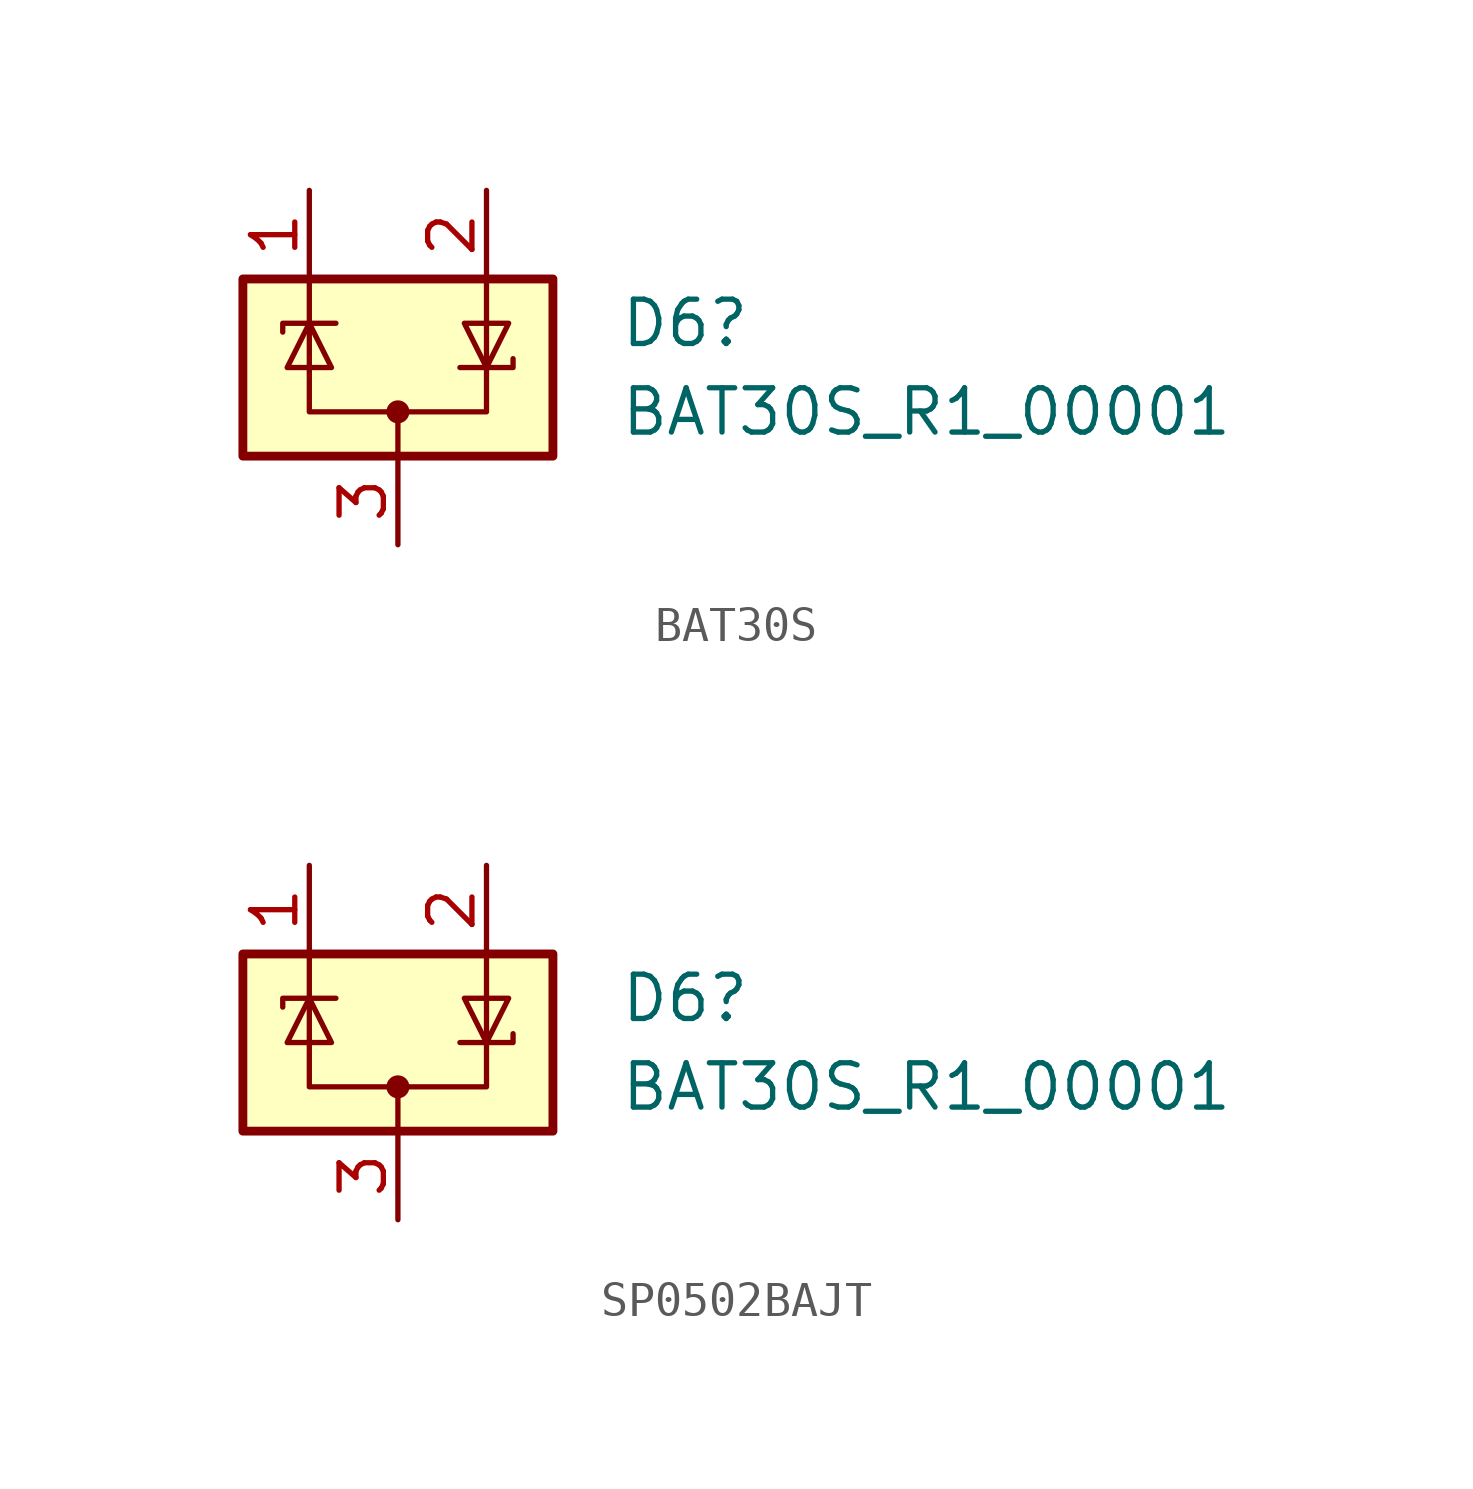
<source format=kicad_sym>
(kicad_symbol_lib
  (version 20220914)
  (generator kicad_symbol_editor)
  (symbol "BAT30S"
    (pin_names hide)
    (property "Reference" "D6"
      (at 6.35 1.27 0)
      (effects (font (size 1.27 1.27)) (justify left)))
    (property "Value" "BAT30S_R1_00001"
      (at 6.35 -1.27 0)
      (effects (font (size 1.27 1.27)) (justify left)))
    (symbol "BAT30S_0_0"
      (pin passive line (at 0 -5.08 90) (length 2.54) (name "A" (effects (font (size 1.27 1.27)))) (number "3" (effects (font (size 1.27 1.27))))))
    (symbol "BAT30S_0_1"
      (rectangle (start -4.445 2.54) (end 4.445 -2.54) (stroke (width 0.254) (type default)) (fill (type background)))
      (circle (center 0 -1.27) (radius 0.254) (stroke (width 0) (type default)) (fill (type outline)))
      (polyline (pts (xy -2.54 2.54) (xy -2.54 1.27)) (stroke (width 0) (type default)) (fill (type none)))
      (polyline (pts (xy 0 -1.27) (xy 0 -2.54)) (stroke (width 0) (type default)) (fill (type none)))
      (polyline (pts (xy 2.54 2.54) (xy 2.54 1.27)) (stroke (width 0) (type default)) (fill (type none)))
      (polyline (pts (xy -3.302 1.016) (xy -3.302 1.27) (xy -1.905 1.27) (xy -1.778 1.27)) (stroke (width 0) (type default)) (fill (type none)))
      (polyline (pts (xy -2.54 1.27) (xy -2.54 -1.27) (xy 2.54 -1.27) (xy 2.54 1.27)) (stroke (width 0) (type default)) (fill (type none)))
      (polyline (pts (xy -2.54 1.27) (xy -1.905 0) (xy -3.175 0) (xy -2.54 1.27)) (stroke (width 0) (type default)) (fill (type none)))
      (polyline (pts (xy 2.54 0) (xy 3.175 1.27) (xy 1.905 1.27) (xy 2.54 0)) (stroke (width 0) (type default)) (fill (type none)))
      (polyline (pts (xy 3.302 0.254) (xy 3.302 0) (xy 1.905 0) (xy 1.778 0)) (stroke (width 0) (type default)) (fill (type none))))
    (symbol "BAT30S_1_1"
      (pin passive line (at -2.54 5.08 270) (length 2.54) (name "K" (effects (font (size 1.27 1.27)))) (number "1" (effects (font (size 1.27 1.27)))))
      (pin passive line (at 2.54 5.08 270) (length 2.54) (name "K" (effects (font (size 1.27 1.27)))) (number "2" (effects (font (size 1.27 1.27)))))))
  (symbol "SP0502BAJT"
    (pin_names hide)
    (property "Reference" "D6"
      (at 6.35 1.27 0)
      (effects (font (size 1.27 1.27)) (justify left)))
    (property "Value" "BAT30S_R1_00001"
      (at 6.35 -1.27 0)
      (effects (font (size 1.27 1.27)) (justify left)))
    (symbol "SP0502BAJT_0_0"
      (pin passive line (at 0 -5.08 90) (length 2.54) (name "A" (effects (font (size 1.27 1.27)))) (number "3" (effects (font (size 1.27 1.27))))))
    (symbol "SP0502BAJT_0_1"
      (rectangle (start -4.445 2.54) (end 4.445 -2.54) (stroke (width 0.254) (type default)) (fill (type background)))
      (circle (center 0 -1.27) (radius 0.254) (stroke (width 0) (type default)) (fill (type outline)))
      (polyline (pts (xy -2.54 2.54) (xy -2.54 1.27)) (stroke (width 0) (type default)) (fill (type none)))
      (polyline (pts (xy 0 -1.27) (xy 0 -2.54)) (stroke (width 0) (type default)) (fill (type none)))
      (polyline (pts (xy 2.54 2.54) (xy 2.54 1.27)) (stroke (width 0) (type default)) (fill (type none)))
      (polyline (pts (xy -3.302 1.016) (xy -3.302 1.27) (xy -1.905 1.27) (xy -1.778 1.27)) (stroke (width 0) (type default)) (fill (type none)))
      (polyline (pts (xy -2.54 1.27) (xy -2.54 -1.27) (xy 2.54 -1.27) (xy 2.54 1.27)) (stroke (width 0) (type default)) (fill (type none)))
      (polyline (pts (xy -2.54 1.27) (xy -1.905 0) (xy -3.175 0) (xy -2.54 1.27)) (stroke (width 0) (type default)) (fill (type none)))
      (polyline (pts (xy 2.54 0) (xy 3.175 1.27) (xy 1.905 1.27) (xy 2.54 0)) (stroke (width 0) (type default)) (fill (type none)))
      (polyline (pts (xy 3.302 0.254) (xy 3.302 0) (xy 1.905 0) (xy 1.778 0)) (stroke (width 0) (type default)) (fill (type none))))
    (symbol "SP0502BAJT_1_1"
      (pin passive line (at -2.54 5.08 270) (length 2.54) (name "K" (effects (font (size 1.27 1.27)))) (number "1" (effects (font (size 1.27 1.27)))))
      (pin passive line (at 2.54 5.08 270) (length 2.54) (name "K" (effects (font (size 1.27 1.27)))) (number "2" (effects (font (size 1.27 1.27))))))))
</source>
